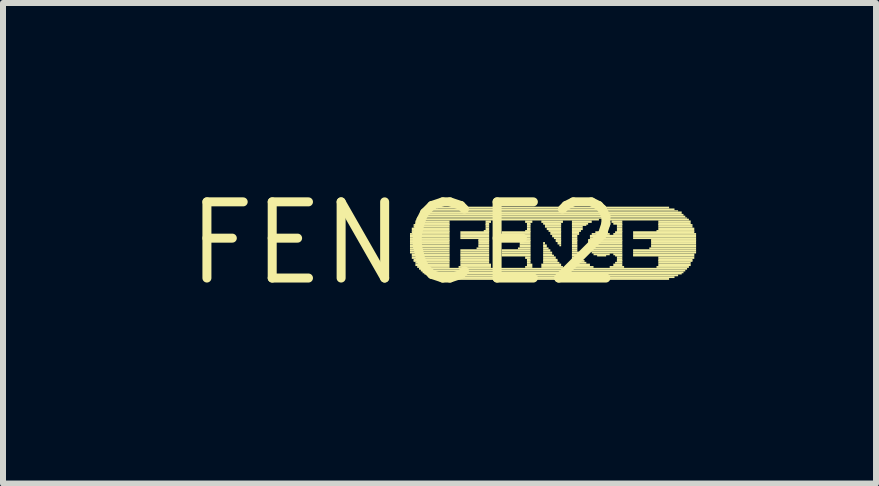
<source format=kicad_pcb>
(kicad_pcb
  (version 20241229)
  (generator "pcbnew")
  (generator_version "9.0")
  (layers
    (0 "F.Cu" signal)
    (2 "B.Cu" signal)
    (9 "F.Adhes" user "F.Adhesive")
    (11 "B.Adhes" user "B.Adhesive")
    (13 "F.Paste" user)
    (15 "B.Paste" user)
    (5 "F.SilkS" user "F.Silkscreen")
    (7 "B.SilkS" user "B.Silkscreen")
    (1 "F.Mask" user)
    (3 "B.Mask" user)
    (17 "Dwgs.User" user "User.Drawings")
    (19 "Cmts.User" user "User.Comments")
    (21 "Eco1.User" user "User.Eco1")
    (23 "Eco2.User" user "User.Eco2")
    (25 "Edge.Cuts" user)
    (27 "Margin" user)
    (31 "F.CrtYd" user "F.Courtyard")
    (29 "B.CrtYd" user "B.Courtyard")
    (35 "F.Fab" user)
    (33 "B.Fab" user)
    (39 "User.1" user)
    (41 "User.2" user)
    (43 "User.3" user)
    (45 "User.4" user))
  (footprint "FENCE2"
    (layer "F.Cu")
    (at 3.696 1.006)
    (property "Reference" "FENCE2" (at 0 0 0) (layer "F.SilkS") (effects (font (size 1.27 1.27) (thickness 0.15))))
    (fp_poly (pts (xy 0.09 -0.14) (xy 0.75 -0.14) (xy 0.75 -0.17) (xy 0.09 -0.17)) (stroke (width 0) (type solid)) (fill yes) (layer "F.SilkS"))
    (fp_poly (pts (xy 0.09 -0.1) (xy 0.75 -0.1) (xy 0.75 -0.14) (xy 0.09 -0.14)) (stroke (width 0) (type solid)) (fill yes) (layer "F.SilkS"))
    (fp_poly (pts (xy 0.09 -0.07) (xy 0.75 -0.07) (xy 0.75 -0.1) (xy 0.09 -0.1)) (stroke (width 0) (type solid)) (fill yes) (layer "F.SilkS"))
    (fp_poly (pts (xy 0.09 -0.04) (xy 0.75 -0.04) (xy 0.75 -0.07) (xy 0.09 -0.07)) (stroke (width 0) (type solid)) (fill yes) (layer "F.SilkS"))
    (fp_poly (pts (xy 0.09 -0.02) (xy 0.75 -0.02) (xy 0.75 -0.05) (xy 0.09 -0.05)) (stroke (width 0) (type solid)) (fill yes) (layer "F.SilkS"))
    (fp_poly (pts (xy 0.09 0.02) (xy 0.75 0.02) (xy 0.75 -0.02) (xy 0.09 -0.02)) (stroke (width 0) (type solid)) (fill yes) (layer "F.SilkS"))
    (fp_poly (pts (xy 0.09 0.05) (xy 0.75 0.05) (xy 0.75 0.02) (xy 0.09 0.02)) (stroke (width 0) (type solid)) (fill yes) (layer "F.SilkS"))
    (fp_poly (pts (xy 0.09 0.07) (xy 0.75 0.07) (xy 0.75 0.04) (xy 0.09 0.04)) (stroke (width 0) (type solid)) (fill yes) (layer "F.SilkS"))
    (fp_poly (pts (xy 0.09 0.1) (xy 0.75 0.1) (xy 0.75 0.07) (xy 0.09 0.07)) (stroke (width 0) (type solid)) (fill yes) (layer "F.SilkS"))
    (fp_poly (pts (xy 0.09 0.14) (xy 0.75 0.14) (xy 0.75 0.1) (xy 0.09 0.1)) (stroke (width 0) (type solid)) (fill yes) (layer "F.SilkS"))
    (fp_poly (pts (xy 0.09 0.17) (xy 0.75 0.17) (xy 0.75 0.14) (xy 0.09 0.14)) (stroke (width 0) (type solid)) (fill yes) (layer "F.SilkS"))
    (fp_poly (pts (xy 0.12 -0.22) (xy 0.75 -0.22) (xy 0.75 -0.26) (xy 0.12 -0.26)) (stroke (width 0) (type solid)) (fill yes) (layer "F.SilkS"))
    (fp_poly (pts (xy 0.12 -0.19) (xy 0.75 -0.19) (xy 0.75 -0.22) (xy 0.12 -0.22)) (stroke (width 0) (type solid)) (fill yes) (layer "F.SilkS"))
    (fp_poly (pts (xy 0.12 -0.17) (xy 0.75 -0.17) (xy 0.75 -0.2) (xy 0.12 -0.2)) (stroke (width 0) (type solid)) (fill yes) (layer "F.SilkS"))
    (fp_poly (pts (xy 0.12 0.2) (xy 0.75 0.2) (xy 0.75 0.17) (xy 0.12 0.17)) (stroke (width 0) (type solid)) (fill yes) (layer "F.SilkS"))
    (fp_poly (pts (xy 0.12 0.22) (xy 0.75 0.22) (xy 0.75 0.19) (xy 0.12 0.19)) (stroke (width 0) (type solid)) (fill yes) (layer "F.SilkS"))
    (fp_poly (pts (xy 0.12 0.26) (xy 0.75 0.26) (xy 0.75 0.22) (xy 0.12 0.22)) (stroke (width 0) (type solid)) (fill yes) (layer "F.SilkS"))
    (fp_poly (pts (xy 0.15 -0.29) (xy 0.75 -0.29) (xy 0.75 -0.32) (xy 0.15 -0.32)) (stroke (width 0) (type solid)) (fill yes) (layer "F.SilkS"))
    (fp_poly (pts (xy 0.15 -0.26) (xy 0.75 -0.26) (xy 0.75 -0.29) (xy 0.15 -0.29)) (stroke (width 0) (type solid)) (fill yes) (layer "F.SilkS"))
    (fp_poly (pts (xy 0.15 0.29) (xy 0.75 0.29) (xy 0.75 0.26) (xy 0.15 0.26)) (stroke (width 0) (type solid)) (fill yes) (layer "F.SilkS"))
    (fp_poly (pts (xy 0.15 0.31) (xy 0.75 0.31) (xy 0.75 0.28) (xy 0.15 0.28)) (stroke (width 0) (type solid)) (fill yes) (layer "F.SilkS"))
    (fp_poly (pts (xy 0.18 -0.34) (xy 0.75 -0.34) (xy 0.75 -0.38) (xy 0.18 -0.38)) (stroke (width 0) (type solid)) (fill yes) (layer "F.SilkS"))
    (fp_poly (pts (xy 0.18 -0.31) (xy 0.75 -0.31) (xy 0.75 -0.34) (xy 0.18 -0.34)) (stroke (width 0) (type solid)) (fill yes) (layer "F.SilkS"))
    (fp_poly (pts (xy 0.18 0.34) (xy 0.75 0.34) (xy 0.75 0.31) (xy 0.18 0.31)) (stroke (width 0) (type solid)) (fill yes) (layer "F.SilkS"))
    (fp_poly (pts (xy 0.18 0.38) (xy 0.75 0.38) (xy 0.75 0.34) (xy 0.18 0.34)) (stroke (width 0) (type solid)) (fill yes) (layer "F.SilkS"))
    (fp_poly (pts (xy 0.21 -0.38) (xy 3.24 -0.38) (xy 3.24 -0.41) (xy 0.21 -0.41)) (stroke (width 0) (type solid)) (fill yes) (layer "F.SilkS"))
    (fp_poly (pts (xy 0.21 0.41) (xy 0.75 0.41) (xy 0.75 0.38) (xy 0.21 0.38)) (stroke (width 0) (type solid)) (fill yes) (layer "F.SilkS"))
    (fp_poly (pts (xy 0.24 -0.41) (xy 4.71 -0.41) (xy 4.71 -0.43) (xy 0.24 -0.43)) (stroke (width 0) (type solid)) (fill yes) (layer "F.SilkS"))
    (fp_poly (pts (xy 0.24 0.44) (xy 4.71 0.44) (xy 4.71 0.41) (xy 0.24 0.41)) (stroke (width 0) (type solid)) (fill yes) (layer "F.SilkS"))
    (fp_poly (pts (xy 0.27 -0.43) (xy 4.68 -0.43) (xy 4.68 -0.46) (xy 0.27 -0.46)) (stroke (width 0) (type solid)) (fill yes) (layer "F.SilkS"))
    (fp_poly (pts (xy 0.27 0.47) (xy 4.68 0.47) (xy 4.68 0.44) (xy 0.27 0.44)) (stroke (width 0) (type solid)) (fill yes) (layer "F.SilkS"))
    (fp_poly (pts (xy 0.3 -0.46) (xy 4.65 -0.46) (xy 4.65 -0.49) (xy 0.3 -0.49)) (stroke (width 0) (type solid)) (fill yes) (layer "F.SilkS"))
    (fp_poly (pts (xy 0.3 0.5) (xy 4.65 0.5) (xy 4.65 0.47) (xy 0.3 0.47)) (stroke (width 0) (type solid)) (fill yes) (layer "F.SilkS"))
    (fp_poly (pts (xy 0.33 -0.49) (xy 4.62 -0.49) (xy 4.62 -0.53) (xy 0.33 -0.53)) (stroke (width 0) (type solid)) (fill yes) (layer "F.SilkS"))
    (fp_poly (pts (xy 0.33 0.52) (xy 4.62 0.52) (xy 4.62 0.49) (xy 0.33 0.49)) (stroke (width 0) (type solid)) (fill yes) (layer "F.SilkS"))
    (fp_poly (pts (xy 0.39 -0.53) (xy 4.56 -0.53) (xy 4.56 -0.55) (xy 0.39 -0.55)) (stroke (width 0) (type solid)) (fill yes) (layer "F.SilkS"))
    (fp_poly (pts (xy 0.39 0.55) (xy 4.56 0.55) (xy 4.56 0.52) (xy 0.39 0.52)) (stroke (width 0) (type solid)) (fill yes) (layer "F.SilkS"))
    (fp_poly (pts (xy 0.45 -0.55) (xy 4.5 -0.55) (xy 4.5 -0.58) (xy 0.45 -0.58)) (stroke (width 0) (type solid)) (fill yes) (layer "F.SilkS"))
    (fp_poly (pts (xy 0.45 0.58) (xy 4.5 0.58) (xy 4.5 0.55) (xy 0.45 0.55)) (stroke (width 0) (type solid)) (fill yes) (layer "F.SilkS"))
    (fp_poly (pts (xy 0.54 -0.58) (xy 4.41 -0.58) (xy 4.41 -0.61) (xy 0.54 -0.61)) (stroke (width 0) (type solid)) (fill yes) (layer "F.SilkS"))
    (fp_poly (pts (xy 0.54 0.61) (xy 4.41 0.61) (xy 4.41 0.58) (xy 0.54 0.58)) (stroke (width 0) (type solid)) (fill yes) (layer "F.SilkS"))
    (fp_poly (pts (xy 0.9 0.41) (xy 1.44 0.41) (xy 1.44 0.38) (xy 0.9 0.38)) (stroke (width 0) (type solid)) (fill yes) (layer "F.SilkS"))
    (fp_poly (pts (xy 0.93 -0.17) (xy 1.41 -0.17) (xy 1.41 -0.2) (xy 0.93 -0.2)) (stroke (width 0) (type solid)) (fill yes) (layer "F.SilkS"))
    (fp_poly (pts (xy 0.93 -0.14) (xy 1.41 -0.14) (xy 1.41 -0.17) (xy 0.93 -0.17)) (stroke (width 0) (type solid)) (fill yes) (layer "F.SilkS"))
    (fp_poly (pts (xy 0.93 -0.1) (xy 1.41 -0.1) (xy 1.41 -0.14) (xy 0.93 -0.14)) (stroke (width 0) (type solid)) (fill yes) (layer "F.SilkS"))
    (fp_poly (pts (xy 0.93 -0.07) (xy 1.41 -0.07) (xy 1.41 -0.1) (xy 0.93 -0.1)) (stroke (width 0) (type solid)) (fill yes) (layer "F.SilkS"))
    (fp_poly (pts (xy 0.93 0.14) (xy 1.41 0.14) (xy 1.41 0.1) (xy 0.93 0.1)) (stroke (width 0) (type solid)) (fill yes) (layer "F.SilkS"))
    (fp_poly (pts (xy 0.93 0.17) (xy 1.41 0.17) (xy 1.41 0.14) (xy 0.93 0.14)) (stroke (width 0) (type solid)) (fill yes) (layer "F.SilkS"))
    (fp_poly (pts (xy 0.93 0.2) (xy 1.41 0.2) (xy 1.41 0.17) (xy 0.93 0.17)) (stroke (width 0) (type solid)) (fill yes) (layer "F.SilkS"))
    (fp_poly (pts (xy 0.93 0.22) (xy 1.41 0.22) (xy 1.41 0.19) (xy 0.93 0.19)) (stroke (width 0) (type solid)) (fill yes) (layer "F.SilkS"))
    (fp_poly (pts (xy 0.93 0.26) (xy 1.41 0.26) (xy 1.41 0.22) (xy 0.93 0.22)) (stroke (width 0) (type solid)) (fill yes) (layer "F.SilkS"))
    (fp_poly (pts (xy 0.93 0.29) (xy 1.41 0.29) (xy 1.41 0.26) (xy 0.93 0.26)) (stroke (width 0) (type solid)) (fill yes) (layer "F.SilkS"))
    (fp_poly (pts (xy 0.93 0.31) (xy 1.41 0.31) (xy 1.41 0.28) (xy 0.93 0.28)) (stroke (width 0) (type solid)) (fill yes) (layer "F.SilkS"))
    (fp_poly (pts (xy 0.93 0.34) (xy 1.41 0.34) (xy 1.41 0.31) (xy 0.93 0.31)) (stroke (width 0) (type solid)) (fill yes) (layer "F.SilkS"))
    (fp_poly (pts (xy 0.93 0.38) (xy 1.44 0.38) (xy 1.44 0.34) (xy 0.93 0.34)) (stroke (width 0) (type solid)) (fill yes) (layer "F.SilkS"))
    (fp_poly (pts (xy 1.2 0.1) (xy 1.41 0.1) (xy 1.41 0.07) (xy 1.2 0.07)) (stroke (width 0) (type solid)) (fill yes) (layer "F.SilkS"))
    (fp_poly (pts (xy 1.23 -0.04) (xy 1.41 -0.04) (xy 1.41 -0.07) (xy 1.23 -0.07)) (stroke (width 0) (type solid)) (fill yes) (layer "F.SilkS"))
    (fp_poly (pts (xy 1.23 -0.02) (xy 1.41 -0.02) (xy 1.41 -0.05) (xy 1.23 -0.05)) (stroke (width 0) (type solid)) (fill yes) (layer "F.SilkS"))
    (fp_poly (pts (xy 1.23 0.02) (xy 1.41 0.02) (xy 1.41 -0.02) (xy 1.23 -0.02)) (stroke (width 0) (type solid)) (fill yes) (layer "F.SilkS"))
    (fp_poly (pts (xy 1.23 0.05) (xy 1.41 0.05) (xy 1.41 0.02) (xy 1.23 0.02)) (stroke (width 0) (type solid)) (fill yes) (layer "F.SilkS"))
    (fp_poly (pts (xy 1.23 0.07) (xy 1.41 0.07) (xy 1.41 0.04) (xy 1.23 0.04)) (stroke (width 0) (type solid)) (fill yes) (layer "F.SilkS"))
    (fp_poly (pts (xy 1.32 -0.19) (xy 1.41 -0.19) (xy 1.41 -0.22) (xy 1.32 -0.22)) (stroke (width 0) (type solid)) (fill yes) (layer "F.SilkS"))
    (fp_poly (pts (xy 1.35 -0.34) (xy 1.44 -0.34) (xy 1.44 -0.38) (xy 1.35 -0.38)) (stroke (width 0) (type solid)) (fill yes) (layer "F.SilkS"))
    (fp_poly (pts (xy 1.35 -0.31) (xy 1.41 -0.31) (xy 1.41 -0.34) (xy 1.35 -0.34)) (stroke (width 0) (type solid)) (fill yes) (layer "F.SilkS"))
    (fp_poly (pts (xy 1.35 -0.29) (xy 1.41 -0.29) (xy 1.41 -0.32) (xy 1.35 -0.32)) (stroke (width 0) (type solid)) (fill yes) (layer "F.SilkS"))
    (fp_poly (pts (xy 1.35 -0.26) (xy 1.41 -0.26) (xy 1.41 -0.29) (xy 1.35 -0.29)) (stroke (width 0) (type solid)) (fill yes) (layer "F.SilkS"))
    (fp_poly (pts (xy 1.35 -0.22) (xy 1.41 -0.22) (xy 1.41 -0.26) (xy 1.35 -0.26)) (stroke (width 0) (type solid)) (fill yes) (layer "F.SilkS"))
    (fp_poly (pts (xy 1.62 -0.17) (xy 2.1 -0.17) (xy 2.1 -0.2) (xy 1.62 -0.2)) (stroke (width 0) (type solid)) (fill yes) (layer "F.SilkS"))
    (fp_poly (pts (xy 1.62 -0.14) (xy 2.1 -0.14) (xy 2.1 -0.17) (xy 1.62 -0.17)) (stroke (width 0) (type solid)) (fill yes) (layer "F.SilkS"))
    (fp_poly (pts (xy 1.62 -0.1) (xy 2.1 -0.1) (xy 2.1 -0.14) (xy 1.62 -0.14)) (stroke (width 0) (type solid)) (fill yes) (layer "F.SilkS"))
    (fp_poly (pts (xy 1.62 -0.07) (xy 2.1 -0.07) (xy 2.1 -0.1) (xy 1.62 -0.1)) (stroke (width 0) (type solid)) (fill yes) (layer "F.SilkS"))
    (fp_poly (pts (xy 1.62 0.14) (xy 2.1 0.14) (xy 2.1 0.1) (xy 1.62 0.1)) (stroke (width 0) (type solid)) (fill yes) (layer "F.SilkS"))
    (fp_poly (pts (xy 1.62 0.17) (xy 2.1 0.17) (xy 2.1 0.14) (xy 1.62 0.14)) (stroke (width 0) (type solid)) (fill yes) (layer "F.SilkS"))
    (fp_poly (pts (xy 1.62 0.2) (xy 2.1 0.2) (xy 2.1 0.17) (xy 1.62 0.17)) (stroke (width 0) (type solid)) (fill yes) (layer "F.SilkS"))
    (fp_poly (pts (xy 1.62 0.22) (xy 2.1 0.22) (xy 2.1 0.19) (xy 1.62 0.19)) (stroke (width 0) (type solid)) (fill yes) (layer "F.SilkS"))
    (fp_poly (pts (xy 1.89 -0.04) (xy 2.1 -0.04) (xy 2.1 -0.07) (xy 1.89 -0.07)) (stroke (width 0) (type solid)) (fill yes) (layer "F.SilkS"))
    (fp_poly (pts (xy 1.89 0.1) (xy 2.1 0.1) (xy 2.1 0.07) (xy 1.89 0.07)) (stroke (width 0) (type solid)) (fill yes) (layer "F.SilkS"))
    (fp_poly (pts (xy 1.92 -0.02) (xy 2.1 -0.02) (xy 2.1 -0.05) (xy 1.92 -0.05)) (stroke (width 0) (type solid)) (fill yes) (layer "F.SilkS"))
    (fp_poly (pts (xy 1.92 0.02) (xy 2.1 0.02) (xy 2.1 -0.02) (xy 1.92 -0.02)) (stroke (width 0) (type solid)) (fill yes) (layer "F.SilkS"))
    (fp_poly (pts (xy 1.92 0.05) (xy 2.1 0.05) (xy 2.1 0.02) (xy 1.92 0.02)) (stroke (width 0) (type solid)) (fill yes) (layer "F.SilkS"))
    (fp_poly (pts (xy 1.92 0.07) (xy 2.1 0.07) (xy 2.1 0.04) (xy 1.92 0.04)) (stroke (width 0) (type solid)) (fill yes) (layer "F.SilkS"))
    (fp_poly (pts (xy 2.01 -0.34) (xy 2.13 -0.34) (xy 2.13 -0.38) (xy 2.01 -0.38)) (stroke (width 0) (type solid)) (fill yes) (layer "F.SilkS"))
    (fp_poly (pts (xy 2.01 -0.19) (xy 2.1 -0.19) (xy 2.1 -0.22) (xy 2.01 -0.22)) (stroke (width 0) (type solid)) (fill yes) (layer "F.SilkS"))
    (fp_poly (pts (xy 2.01 0.26) (xy 2.1 0.26) (xy 2.1 0.22) (xy 2.01 0.22)) (stroke (width 0) (type solid)) (fill yes) (layer "F.SilkS"))
    (fp_poly (pts (xy 2.01 0.41) (xy 2.13 0.41) (xy 2.13 0.38) (xy 2.01 0.38)) (stroke (width 0) (type solid)) (fill yes) (layer "F.SilkS"))
    (fp_poly (pts (xy 2.04 -0.31) (xy 2.1 -0.31) (xy 2.1 -0.34) (xy 2.04 -0.34)) (stroke (width 0) (type solid)) (fill yes) (layer "F.SilkS"))
    (fp_poly (pts (xy 2.04 -0.29) (xy 2.1 -0.29) (xy 2.1 -0.32) (xy 2.04 -0.32)) (stroke (width 0) (type solid)) (fill yes) (layer "F.SilkS"))
    (fp_poly (pts (xy 2.04 -0.26) (xy 2.1 -0.26) (xy 2.1 -0.29) (xy 2.04 -0.29)) (stroke (width 0) (type solid)) (fill yes) (layer "F.SilkS"))
    (fp_poly (pts (xy 2.04 -0.22) (xy 2.1 -0.22) (xy 2.1 -0.26) (xy 2.04 -0.26)) (stroke (width 0) (type solid)) (fill yes) (layer "F.SilkS"))
    (fp_poly (pts (xy 2.04 0.29) (xy 2.1 0.29) (xy 2.1 0.26) (xy 2.04 0.26)) (stroke (width 0) (type solid)) (fill yes) (layer "F.SilkS"))
    (fp_poly (pts (xy 2.04 0.31) (xy 2.1 0.31) (xy 2.1 0.28) (xy 2.04 0.28)) (stroke (width 0) (type solid)) (fill yes) (layer "F.SilkS"))
    (fp_poly (pts (xy 2.04 0.34) (xy 2.1 0.34) (xy 2.1 0.31) (xy 2.04 0.31)) (stroke (width 0) (type solid)) (fill yes) (layer "F.SilkS"))
    (fp_poly (pts (xy 2.04 0.38) (xy 2.13 0.38) (xy 2.13 0.34) (xy 2.04 0.34)) (stroke (width 0) (type solid)) (fill yes) (layer "F.SilkS"))
    (fp_poly (pts (xy 2.28 -0.34) (xy 2.64 -0.34) (xy 2.64 -0.38) (xy 2.28 -0.38)) (stroke (width 0) (type solid)) (fill yes) (layer "F.SilkS"))
    (fp_poly (pts (xy 2.28 0.38) (xy 2.61 0.38) (xy 2.61 0.34) (xy 2.28 0.34)) (stroke (width 0) (type solid)) (fill yes) (layer "F.SilkS"))
    (fp_poly (pts (xy 2.28 0.41) (xy 2.64 0.41) (xy 2.64 0.38) (xy 2.28 0.38)) (stroke (width 0) (type solid)) (fill yes) (layer "F.SilkS"))
    (fp_poly (pts (xy 2.31 -0.31) (xy 2.61 -0.31) (xy 2.61 -0.34) (xy 2.31 -0.34)) (stroke (width 0) (type solid)) (fill yes) (layer "F.SilkS"))
    (fp_poly (pts (xy 2.31 0.02) (xy 2.34 0.02) (xy 2.34 -0.02) (xy 2.31 -0.02)) (stroke (width 0) (type solid)) (fill yes) (layer "F.SilkS"))
    (fp_poly (pts (xy 2.31 0.05) (xy 2.37 0.05) (xy 2.37 0.02) (xy 2.31 0.02)) (stroke (width 0) (type solid)) (fill yes) (layer "F.SilkS"))
    (fp_poly (pts (xy 2.31 0.07) (xy 2.37 0.07) (xy 2.37 0.04) (xy 2.31 0.04)) (stroke (width 0) (type solid)) (fill yes) (layer "F.SilkS"))
    (fp_poly (pts (xy 2.31 0.1) (xy 2.4 0.1) (xy 2.4 0.07) (xy 2.31 0.07)) (stroke (width 0) (type solid)) (fill yes) (layer "F.SilkS"))
    (fp_poly (pts (xy 2.31 0.14) (xy 2.43 0.14) (xy 2.43 0.1) (xy 2.31 0.1)) (stroke (width 0) (type solid)) (fill yes) (layer "F.SilkS"))
    (fp_poly (pts (xy 2.31 0.17) (xy 2.46 0.17) (xy 2.46 0.14) (xy 2.31 0.14)) (stroke (width 0) (type solid)) (fill yes) (layer "F.SilkS"))
    (fp_poly (pts (xy 2.31 0.2) (xy 2.46 0.2) (xy 2.46 0.17) (xy 2.31 0.17)) (stroke (width 0) (type solid)) (fill yes) (layer "F.SilkS"))
    (fp_poly (pts (xy 2.31 0.22) (xy 2.49 0.22) (xy 2.49 0.19) (xy 2.31 0.19)) (stroke (width 0) (type solid)) (fill yes) (layer "F.SilkS"))
    (fp_poly (pts (xy 2.31 0.26) (xy 2.52 0.26) (xy 2.52 0.22) (xy 2.31 0.22)) (stroke (width 0) (type solid)) (fill yes) (layer "F.SilkS"))
    (fp_poly (pts (xy 2.31 0.29) (xy 2.55 0.29) (xy 2.55 0.26) (xy 2.31 0.26)) (stroke (width 0) (type solid)) (fill yes) (layer "F.SilkS"))
    (fp_poly (pts (xy 2.31 0.31) (xy 2.55 0.31) (xy 2.55 0.28) (xy 2.31 0.28)) (stroke (width 0) (type solid)) (fill yes) (layer "F.SilkS"))
    (fp_poly (pts (xy 2.31 0.34) (xy 2.58 0.34) (xy 2.58 0.31) (xy 2.31 0.31)) (stroke (width 0) (type solid)) (fill yes) (layer "F.SilkS"))
    (fp_poly (pts (xy 2.34 -0.29) (xy 2.61 -0.29) (xy 2.61 -0.32) (xy 2.34 -0.32)) (stroke (width 0) (type solid)) (fill yes) (layer "F.SilkS"))
    (fp_poly (pts (xy 2.34 -0.26) (xy 2.61 -0.26) (xy 2.61 -0.29) (xy 2.34 -0.29)) (stroke (width 0) (type solid)) (fill yes) (layer "F.SilkS"))
    (fp_poly (pts (xy 2.37 -0.22) (xy 2.61 -0.22) (xy 2.61 -0.26) (xy 2.37 -0.26)) (stroke (width 0) (type solid)) (fill yes) (layer "F.SilkS"))
    (fp_poly (pts (xy 2.4 -0.19) (xy 2.61 -0.19) (xy 2.61 -0.22) (xy 2.4 -0.22)) (stroke (width 0) (type solid)) (fill yes) (layer "F.SilkS"))
    (fp_poly (pts (xy 2.43 -0.17) (xy 2.61 -0.17) (xy 2.61 -0.2) (xy 2.43 -0.2)) (stroke (width 0) (type solid)) (fill yes) (layer "F.SilkS"))
    (fp_poly (pts (xy 2.43 -0.14) (xy 2.61 -0.14) (xy 2.61 -0.17) (xy 2.43 -0.17)) (stroke (width 0) (type solid)) (fill yes) (layer "F.SilkS"))
    (fp_poly (pts (xy 2.46 -0.1) (xy 2.61 -0.1) (xy 2.61 -0.14) (xy 2.46 -0.14)) (stroke (width 0) (type solid)) (fill yes) (layer "F.SilkS"))
    (fp_poly (pts (xy 2.49 -0.07) (xy 2.61 -0.07) (xy 2.61 -0.1) (xy 2.49 -0.1)) (stroke (width 0) (type solid)) (fill yes) (layer "F.SilkS"))
    (fp_poly (pts (xy 2.52 -0.04) (xy 2.61 -0.04) (xy 2.61 -0.07) (xy 2.52 -0.07)) (stroke (width 0) (type solid)) (fill yes) (layer "F.SilkS"))
    (fp_poly (pts (xy 2.52 -0.02) (xy 2.61 -0.02) (xy 2.61 -0.05) (xy 2.52 -0.05)) (stroke (width 0) (type solid)) (fill yes) (layer "F.SilkS"))
    (fp_poly (pts (xy 2.55 0.02) (xy 2.61 0.02) (xy 2.61 -0.02) (xy 2.55 -0.02)) (stroke (width 0) (type solid)) (fill yes) (layer "F.SilkS"))
    (fp_poly (pts (xy 2.58 0.05) (xy 2.61 0.05) (xy 2.61 0.02) (xy 2.58 0.02)) (stroke (width 0) (type solid)) (fill yes) (layer "F.SilkS"))
    (fp_poly (pts (xy 2.76 0.41) (xy 3.15 0.41) (xy 3.15 0.38) (xy 2.76 0.38)) (stroke (width 0) (type solid)) (fill yes) (layer "F.SilkS"))
    (fp_poly (pts (xy 2.79 -0.34) (xy 3.12 -0.34) (xy 3.12 -0.38) (xy 2.79 -0.38)) (stroke (width 0) (type solid)) (fill yes) (layer "F.SilkS"))
    (fp_poly (pts (xy 2.79 -0.31) (xy 3.06 -0.31) (xy 3.06 -0.34) (xy 2.79 -0.34)) (stroke (width 0) (type solid)) (fill yes) (layer "F.SilkS"))
    (fp_poly (pts (xy 2.79 -0.29) (xy 3.03 -0.29) (xy 3.03 -0.32) (xy 2.79 -0.32)) (stroke (width 0) (type solid)) (fill yes) (layer "F.SilkS"))
    (fp_poly (pts (xy 2.79 -0.26) (xy 2.97 -0.26) (xy 2.97 -0.29) (xy 2.79 -0.29)) (stroke (width 0) (type solid)) (fill yes) (layer "F.SilkS"))
    (fp_poly (pts (xy 2.79 -0.22) (xy 2.97 -0.22) (xy 2.97 -0.26) (xy 2.79 -0.26)) (stroke (width 0) (type solid)) (fill yes) (layer "F.SilkS"))
    (fp_poly (pts (xy 2.79 -0.19) (xy 2.94 -0.19) (xy 2.94 -0.22) (xy 2.79 -0.22)) (stroke (width 0) (type solid)) (fill yes) (layer "F.SilkS"))
    (fp_poly (pts (xy 2.79 -0.17) (xy 2.91 -0.17) (xy 2.91 -0.2) (xy 2.79 -0.2)) (stroke (width 0) (type solid)) (fill yes) (layer "F.SilkS"))
    (fp_poly (pts (xy 2.79 -0.14) (xy 2.91 -0.14) (xy 2.91 -0.17) (xy 2.79 -0.17)) (stroke (width 0) (type solid)) (fill yes) (layer "F.SilkS"))
    (fp_poly (pts (xy 2.79 -0.1) (xy 2.88 -0.1) (xy 2.88 -0.14) (xy 2.79 -0.14)) (stroke (width 0) (type solid)) (fill yes) (layer "F.SilkS"))
    (fp_poly (pts (xy 2.79 -0.07) (xy 2.88 -0.07) (xy 2.88 -0.1) (xy 2.79 -0.1)) (stroke (width 0) (type solid)) (fill yes) (layer "F.SilkS"))
    (fp_poly (pts (xy 2.79 -0.04) (xy 2.88 -0.04) (xy 2.88 -0.07) (xy 2.79 -0.07)) (stroke (width 0) (type solid)) (fill yes) (layer "F.SilkS"))
    (fp_poly (pts (xy 2.79 -0.02) (xy 2.88 -0.02) (xy 2.88 -0.05) (xy 2.79 -0.05)) (stroke (width 0) (type solid)) (fill yes) (layer "F.SilkS"))
    (fp_poly (pts (xy 2.79 0.02) (xy 2.88 0.02) (xy 2.88 -0.02) (xy 2.79 -0.02)) (stroke (width 0) (type solid)) (fill yes) (layer "F.SilkS"))
    (fp_poly (pts (xy 2.79 0.05) (xy 2.88 0.05) (xy 2.88 0.02) (xy 2.79 0.02)) (stroke (width 0) (type solid)) (fill yes) (layer "F.SilkS"))
    (fp_poly (pts (xy 2.79 0.07) (xy 2.88 0.07) (xy 2.88 0.04) (xy 2.79 0.04)) (stroke (width 0) (type solid)) (fill yes) (layer "F.SilkS"))
    (fp_poly (pts (xy 2.79 0.1) (xy 2.88 0.1) (xy 2.88 0.07) (xy 2.79 0.07)) (stroke (width 0) (type solid)) (fill yes) (layer "F.SilkS"))
    (fp_poly (pts (xy 2.79 0.14) (xy 2.88 0.14) (xy 2.88 0.1) (xy 2.79 0.1)) (stroke (width 0) (type solid)) (fill yes) (layer "F.SilkS"))
    (fp_poly (pts (xy 2.79 0.17) (xy 2.91 0.17) (xy 2.91 0.14) (xy 2.79 0.14)) (stroke (width 0) (type solid)) (fill yes) (layer "F.SilkS"))
    (fp_poly (pts (xy 2.79 0.2) (xy 2.91 0.2) (xy 2.91 0.17) (xy 2.79 0.17)) (stroke (width 0) (type solid)) (fill yes) (layer "F.SilkS"))
    (fp_poly (pts (xy 2.79 0.22) (xy 2.94 0.22) (xy 2.94 0.19) (xy 2.79 0.19)) (stroke (width 0) (type solid)) (fill yes) (layer "F.SilkS"))
    (fp_poly (pts (xy 2.79 0.26) (xy 2.94 0.26) (xy 2.94 0.22) (xy 2.79 0.22)) (stroke (width 0) (type solid)) (fill yes) (layer "F.SilkS"))
    (fp_poly (pts (xy 2.79 0.29) (xy 2.97 0.29) (xy 2.97 0.26) (xy 2.79 0.26)) (stroke (width 0) (type solid)) (fill yes) (layer "F.SilkS"))
    (fp_poly (pts (xy 2.79 0.31) (xy 3 0.31) (xy 3 0.28) (xy 2.79 0.28)) (stroke (width 0) (type solid)) (fill yes) (layer "F.SilkS"))
    (fp_poly (pts (xy 2.79 0.34) (xy 3.03 0.34) (xy 3.03 0.31) (xy 2.79 0.31)) (stroke (width 0) (type solid)) (fill yes) (layer "F.SilkS"))
    (fp_poly (pts (xy 2.79 0.38) (xy 3.09 0.38) (xy 3.09 0.34) (xy 2.79 0.34)) (stroke (width 0) (type solid)) (fill yes) (layer "F.SilkS"))
    (fp_poly (pts (xy 3.06 -0.04) (xy 3.63 -0.04) (xy 3.63 -0.07) (xy 3.06 -0.07)) (stroke (width 0) (type solid)) (fill yes) (layer "F.SilkS"))
    (fp_poly (pts (xy 3.06 -0.02) (xy 3.63 -0.02) (xy 3.63 -0.05) (xy 3.06 -0.05)) (stroke (width 0) (type solid)) (fill yes) (layer "F.SilkS"))
    (fp_poly (pts (xy 3.06 0.02) (xy 3.63 0.02) (xy 3.63 -0.02) (xy 3.06 -0.02)) (stroke (width 0) (type solid)) (fill yes) (layer "F.SilkS"))
    (fp_poly (pts (xy 3.06 0.05) (xy 3.63 0.05) (xy 3.63 0.02) (xy 3.06 0.02)) (stroke (width 0) (type solid)) (fill yes) (layer "F.SilkS"))
    (fp_poly (pts (xy 3.06 0.07) (xy 3.63 0.07) (xy 3.63 0.04) (xy 3.06 0.04)) (stroke (width 0) (type solid)) (fill yes) (layer "F.SilkS"))
    (fp_poly (pts (xy 3.06 0.1) (xy 3.63 0.1) (xy 3.63 0.07) (xy 3.06 0.07)) (stroke (width 0) (type solid)) (fill yes) (layer "F.SilkS"))
    (fp_poly (pts (xy 3.09 -0.1) (xy 3.63 -0.1) (xy 3.63 -0.14) (xy 3.09 -0.14)) (stroke (width 0) (type solid)) (fill yes) (layer "F.SilkS"))
    (fp_poly (pts (xy 3.09 -0.07) (xy 3.63 -0.07) (xy 3.63 -0.1) (xy 3.09 -0.1)) (stroke (width 0) (type solid)) (fill yes) (layer "F.SilkS"))
    (fp_poly (pts (xy 3.09 0.14) (xy 3.63 0.14) (xy 3.63 0.1) (xy 3.09 0.1)) (stroke (width 0) (type solid)) (fill yes) (layer "F.SilkS"))
    (fp_poly (pts (xy 3.12 -0.14) (xy 3.42 -0.14) (xy 3.42 -0.17) (xy 3.12 -0.17)) (stroke (width 0) (type solid)) (fill yes) (layer "F.SilkS"))
    (fp_poly (pts (xy 3.12 0.17) (xy 3.63 0.17) (xy 3.63 0.14) (xy 3.12 0.14)) (stroke (width 0) (type solid)) (fill yes) (layer "F.SilkS"))
    (fp_poly (pts (xy 3.15 0.2) (xy 3.42 0.2) (xy 3.42 0.17) (xy 3.15 0.17)) (stroke (width 0) (type solid)) (fill yes) (layer "F.SilkS"))
    (fp_poly (pts (xy 3.18 -0.17) (xy 3.39 -0.17) (xy 3.39 -0.2) (xy 3.18 -0.2)) (stroke (width 0) (type solid)) (fill yes) (layer "F.SilkS"))
    (fp_poly (pts (xy 3.21 0.22) (xy 3.36 0.22) (xy 3.36 0.19) (xy 3.21 0.19)) (stroke (width 0) (type solid)) (fill yes) (layer "F.SilkS"))
    (fp_poly (pts (xy 3.33 -0.38) (xy 4.74 -0.38) (xy 4.74 -0.41) (xy 3.33 -0.41)) (stroke (width 0) (type solid)) (fill yes) (layer "F.SilkS"))
    (fp_poly (pts (xy 3.42 0.41) (xy 3.66 0.41) (xy 3.66 0.38) (xy 3.42 0.38)) (stroke (width 0) (type solid)) (fill yes) (layer "F.SilkS"))
    (fp_poly (pts (xy 3.45 -0.34) (xy 3.63 -0.34) (xy 3.63 -0.38) (xy 3.45 -0.38)) (stroke (width 0) (type solid)) (fill yes) (layer "F.SilkS"))
    (fp_poly (pts (xy 3.48 -0.31) (xy 3.63 -0.31) (xy 3.63 -0.34) (xy 3.48 -0.34)) (stroke (width 0) (type solid)) (fill yes) (layer "F.SilkS"))
    (fp_poly (pts (xy 3.48 -0.14) (xy 3.63 -0.14) (xy 3.63 -0.17) (xy 3.48 -0.17)) (stroke (width 0) (type solid)) (fill yes) (layer "F.SilkS"))
    (fp_poly (pts (xy 3.48 0.2) (xy 3.63 0.2) (xy 3.63 0.17) (xy 3.48 0.17)) (stroke (width 0) (type solid)) (fill yes) (layer "F.SilkS"))
    (fp_poly (pts (xy 3.48 0.38) (xy 3.63 0.38) (xy 3.63 0.34) (xy 3.48 0.34)) (stroke (width 0) (type solid)) (fill yes) (layer "F.SilkS"))
    (fp_poly (pts (xy 3.51 -0.17) (xy 3.63 -0.17) (xy 3.63 -0.2) (xy 3.51 -0.2)) (stroke (width 0) (type solid)) (fill yes) (layer "F.SilkS"))
    (fp_poly (pts (xy 3.51 0.22) (xy 3.63 0.22) (xy 3.63 0.19) (xy 3.51 0.19)) (stroke (width 0) (type solid)) (fill yes) (layer "F.SilkS"))
    (fp_poly (pts (xy 3.51 0.34) (xy 3.63 0.34) (xy 3.63 0.31) (xy 3.51 0.31)) (stroke (width 0) (type solid)) (fill yes) (layer "F.SilkS"))
    (fp_poly (pts (xy 3.54 -0.29) (xy 3.63 -0.29) (xy 3.63 -0.32) (xy 3.54 -0.32)) (stroke (width 0) (type solid)) (fill yes) (layer "F.SilkS"))
    (fp_poly (pts (xy 3.54 -0.26) (xy 3.63 -0.26) (xy 3.63 -0.29) (xy 3.54 -0.29)) (stroke (width 0) (type solid)) (fill yes) (layer "F.SilkS"))
    (fp_poly (pts (xy 3.54 -0.22) (xy 3.63 -0.22) (xy 3.63 -0.26) (xy 3.54 -0.26)) (stroke (width 0) (type solid)) (fill yes) (layer "F.SilkS"))
    (fp_poly (pts (xy 3.54 -0.19) (xy 3.63 -0.19) (xy 3.63 -0.22) (xy 3.54 -0.22)) (stroke (width 0) (type solid)) (fill yes) (layer "F.SilkS"))
    (fp_poly (pts (xy 3.54 0.26) (xy 3.63 0.26) (xy 3.63 0.22) (xy 3.54 0.22)) (stroke (width 0) (type solid)) (fill yes) (layer "F.SilkS"))
    (fp_poly (pts (xy 3.54 0.29) (xy 3.63 0.29) (xy 3.63 0.26) (xy 3.54 0.26)) (stroke (width 0) (type solid)) (fill yes) (layer "F.SilkS"))
    (fp_poly (pts (xy 3.54 0.31) (xy 3.63 0.31) (xy 3.63 0.28) (xy 3.54 0.28)) (stroke (width 0) (type solid)) (fill yes) (layer "F.SilkS"))
    (fp_poly (pts (xy 3.81 -0.17) (xy 4.83 -0.17) (xy 4.83 -0.2) (xy 3.81 -0.2)) (stroke (width 0) (type solid)) (fill yes) (layer "F.SilkS"))
    (fp_poly (pts (xy 3.81 -0.14) (xy 4.86 -0.14) (xy 4.86 -0.17) (xy 3.81 -0.17)) (stroke (width 0) (type solid)) (fill yes) (layer "F.SilkS"))
    (fp_poly (pts (xy 3.81 -0.1) (xy 4.86 -0.1) (xy 4.86 -0.14) (xy 3.81 -0.14)) (stroke (width 0) (type solid)) (fill yes) (layer "F.SilkS"))
    (fp_poly (pts (xy 3.81 -0.07) (xy 4.86 -0.07) (xy 4.86 -0.1) (xy 3.81 -0.1)) (stroke (width 0) (type solid)) (fill yes) (layer "F.SilkS"))
    (fp_poly (pts (xy 3.81 0.14) (xy 4.86 0.14) (xy 4.86 0.1) (xy 3.81 0.1)) (stroke (width 0) (type solid)) (fill yes) (layer "F.SilkS"))
    (fp_poly (pts (xy 3.81 0.17) (xy 4.86 0.17) (xy 4.86 0.14) (xy 3.81 0.14)) (stroke (width 0) (type solid)) (fill yes) (layer "F.SilkS"))
    (fp_poly (pts (xy 3.81 0.2) (xy 4.83 0.2) (xy 4.83 0.17) (xy 3.81 0.17)) (stroke (width 0) (type solid)) (fill yes) (layer "F.SilkS"))
    (fp_poly (pts (xy 3.81 0.22) (xy 4.83 0.22) (xy 4.83 0.19) (xy 3.81 0.19)) (stroke (width 0) (type solid)) (fill yes) (layer "F.SilkS"))
    (fp_poly (pts (xy 4.08 0.1) (xy 4.86 0.1) (xy 4.86 0.07) (xy 4.08 0.07)) (stroke (width 0) (type solid)) (fill yes) (layer "F.SilkS"))
    (fp_poly (pts (xy 4.11 -0.04) (xy 4.86 -0.04) (xy 4.86 -0.07) (xy 4.11 -0.07)) (stroke (width 0) (type solid)) (fill yes) (layer "F.SilkS"))
    (fp_poly (pts (xy 4.11 -0.02) (xy 4.86 -0.02) (xy 4.86 -0.05) (xy 4.11 -0.05)) (stroke (width 0) (type solid)) (fill yes) (layer "F.SilkS"))
    (fp_poly (pts (xy 4.11 0.02) (xy 4.86 0.02) (xy 4.86 -0.02) (xy 4.11 -0.02)) (stroke (width 0) (type solid)) (fill yes) (layer "F.SilkS"))
    (fp_poly (pts (xy 4.11 0.05) (xy 4.86 0.05) (xy 4.86 0.02) (xy 4.11 0.02)) (stroke (width 0) (type solid)) (fill yes) (layer "F.SilkS"))
    (fp_poly (pts (xy 4.11 0.07) (xy 4.86 0.07) (xy 4.86 0.04) (xy 4.11 0.04)) (stroke (width 0) (type solid)) (fill yes) (layer "F.SilkS"))
    (fp_poly (pts (xy 4.2 -0.19) (xy 4.83 -0.19) (xy 4.83 -0.22) (xy 4.2 -0.22)) (stroke (width 0) (type solid)) (fill yes) (layer "F.SilkS"))
    (fp_poly (pts (xy 4.2 0.41) (xy 4.74 0.41) (xy 4.74 0.38) (xy 4.2 0.38)) (stroke (width 0) (type solid)) (fill yes) (layer "F.SilkS"))
    (fp_poly (pts (xy 4.23 -0.34) (xy 4.77 -0.34) (xy 4.77 -0.38) (xy 4.23 -0.38)) (stroke (width 0) (type solid)) (fill yes) (layer "F.SilkS"))
    (fp_poly (pts (xy 4.23 -0.31) (xy 4.77 -0.31) (xy 4.77 -0.34) (xy 4.23 -0.34)) (stroke (width 0) (type solid)) (fill yes) (layer "F.SilkS"))
    (fp_poly (pts (xy 4.23 -0.29) (xy 4.8 -0.29) (xy 4.8 -0.32) (xy 4.23 -0.32)) (stroke (width 0) (type solid)) (fill yes) (layer "F.SilkS"))
    (fp_poly (pts (xy 4.23 -0.26) (xy 4.8 -0.26) (xy 4.8 -0.29) (xy 4.23 -0.29)) (stroke (width 0) (type solid)) (fill yes) (layer "F.SilkS"))
    (fp_poly (pts (xy 4.23 -0.22) (xy 4.83 -0.22) (xy 4.83 -0.26) (xy 4.23 -0.26)) (stroke (width 0) (type solid)) (fill yes) (layer "F.SilkS"))
    (fp_poly (pts (xy 4.23 0.26) (xy 4.83 0.26) (xy 4.83 0.22) (xy 4.23 0.22)) (stroke (width 0) (type solid)) (fill yes) (layer "F.SilkS"))
    (fp_poly (pts (xy 4.23 0.29) (xy 4.8 0.29) (xy 4.8 0.26) (xy 4.23 0.26)) (stroke (width 0) (type solid)) (fill yes) (layer "F.SilkS"))
    (fp_poly (pts (xy 4.23 0.31) (xy 4.8 0.31) (xy 4.8 0.28) (xy 4.23 0.28)) (stroke (width 0) (type solid)) (fill yes) (layer "F.SilkS"))
    (fp_poly (pts (xy 4.23 0.34) (xy 4.77 0.34) (xy 4.77 0.31) (xy 4.23 0.31)) (stroke (width 0) (type solid)) (fill yes) (layer "F.SilkS"))
    (fp_poly (pts (xy 4.23 0.38) (xy 4.77 0.38) (xy 4.77 0.34) (xy 4.23 0.34)) (stroke (width 0) (type solid)) (fill yes) (layer "F.SilkS")))
  (gr_rect
    (start -3 -3)
    (end 11.556 5.012)
    (stroke (width 0.1) (type default))
    (fill no)
    (layer "Edge.Cuts")))
</source>
